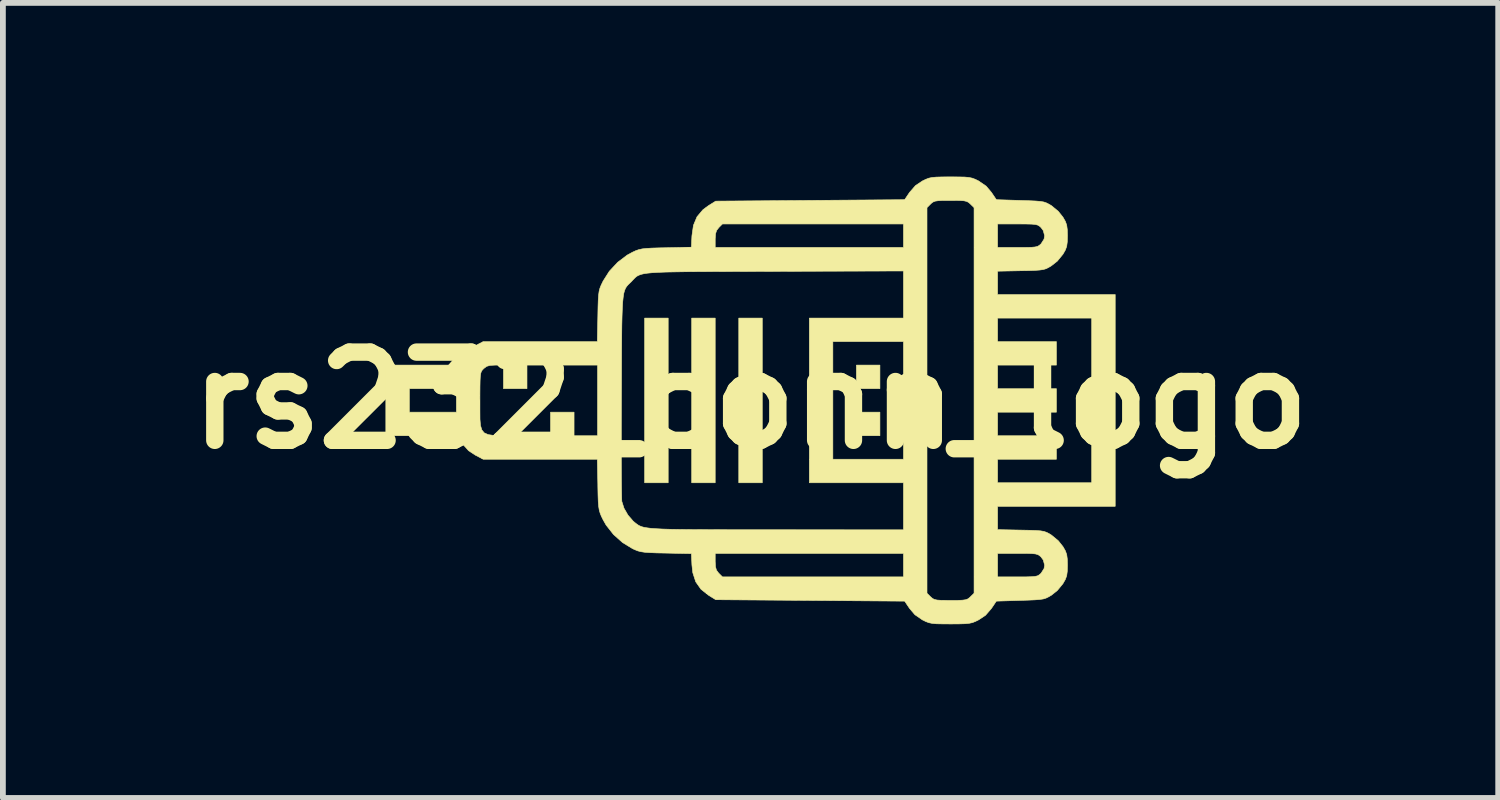
<source format=kicad_pcb>
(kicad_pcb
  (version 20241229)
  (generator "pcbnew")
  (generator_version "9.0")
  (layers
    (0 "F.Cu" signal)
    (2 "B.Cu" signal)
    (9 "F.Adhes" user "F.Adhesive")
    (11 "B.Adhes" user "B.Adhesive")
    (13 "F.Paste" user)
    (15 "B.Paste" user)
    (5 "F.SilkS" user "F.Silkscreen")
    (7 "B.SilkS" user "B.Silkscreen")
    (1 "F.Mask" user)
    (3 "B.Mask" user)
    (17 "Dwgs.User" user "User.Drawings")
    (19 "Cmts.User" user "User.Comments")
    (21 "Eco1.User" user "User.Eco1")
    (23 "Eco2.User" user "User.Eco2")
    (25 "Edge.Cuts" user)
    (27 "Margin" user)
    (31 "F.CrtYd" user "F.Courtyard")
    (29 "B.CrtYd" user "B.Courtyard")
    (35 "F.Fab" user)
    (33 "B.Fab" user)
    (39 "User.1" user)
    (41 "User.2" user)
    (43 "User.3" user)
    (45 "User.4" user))
  (footprint "rs232_conn_logo"
    (layer "F.Cu")
    (at 9.913 3.866)
    (property "Reference" "rs232_conn_logo" (at 0 0 0) (layer "F.SilkS") (effects (font (size 1.524 1.524) (thickness 0.3))))
    (attr through_hole)
    (fp_poly (pts (xy -1.422 1.422) (xy -1.829 1.422) (xy -1.829 -1.422) (xy -1.422 -1.422) (xy -1.422 1.422)) (stroke (width 0.01) (type solid)) (fill yes) (layer "F.SilkS"))
    (fp_poly (pts (xy -0.61 1.422) (xy -1.016 1.422) (xy -1.016 -1.422) (xy -0.61 -1.422) (xy -0.61 1.422)) (stroke (width 0.01) (type solid)) (fill yes) (layer "F.SilkS"))
    (fp_poly (pts (xy 0.203 1.422) (xy -0.203 1.422) (xy -0.203 -1.422) (xy 0.203 -1.422) (xy 0.203 1.422)) (stroke (width 0.01) (type solid)) (fill yes) (layer "F.SilkS"))
    (fp_poly (pts (xy 2.235 -0.203) (xy 1.829 -0.203) (xy 1.829 -0.61) (xy 2.235 -0.61) (xy 2.235 -0.203)) (stroke (width 0.01) (type solid)) (fill yes) (layer "F.SilkS"))
    (fp_poly (pts (xy 2.235 0.61) (xy 1.829 0.61) (xy 1.829 0.203) (xy 2.235 0.203) (xy 2.235 0.61)) (stroke (width 0.01) (type solid)) (fill yes) (layer "F.SilkS"))
    (fp_poly (pts (xy 3.596 -3.86) (xy 3.698 -3.858) (xy 3.772 -3.851) (xy 3.829 -3.839) (xy 3.88 -3.82) (xy 3.937 -3.792) (xy 3.94 -3.79) (xy 4.07 -3.701) (xy 4.161 -3.593) (xy 4.246 -3.467) (xy 4.659 -3.454) (xy 4.813 -3.449) (xy 4.926 -3.444) (xy 5.007 -3.437) (xy 5.066 -3.427) (xy 5.112 -3.411) (xy 5.155 -3.389) (xy 5.196 -3.365) (xy 5.315 -3.267) (xy 5.397 -3.164) (xy 5.438 -3.092) (xy 5.461 -3.028) (xy 5.471 -2.952) (xy 5.474 -2.845) (xy 5.474 -2.845) (xy 5.471 -2.738) (xy 5.461 -2.662) (xy 5.438 -2.598) (xy 5.397 -2.526) (xy 5.397 -2.526) (xy 5.299 -2.406) (xy 5.196 -2.325) (xy 5.147 -2.296) (xy 5.105 -2.275) (xy 5.057 -2.261) (xy 4.996 -2.252) (xy 4.911 -2.246) (xy 4.793 -2.242) (xy 4.669 -2.24) (xy 4.267 -2.232) (xy 4.267 -1.829) (xy 6.299 -1.829) (xy 6.299 1.829) (xy 4.267 1.829) (xy 4.267 2.232) (xy 4.669 2.24) (xy 4.821 2.243) (xy 4.932 2.247) (xy 5.011 2.253) (xy 5.068 2.263) (xy 5.114 2.279) (xy 5.157 2.301) (xy 5.196 2.325) (xy 5.315 2.423) (xy 5.397 2.526) (xy 5.438 2.598) (xy 5.461 2.662) (xy 5.471 2.737) (xy 5.474 2.844) (xy 5.474 2.845) (xy 5.471 2.952) (xy 5.461 3.027) (xy 5.438 3.091) (xy 5.397 3.163) (xy 5.397 3.164) (xy 5.299 3.283) (xy 5.196 3.365) (xy 5.148 3.393) (xy 5.105 3.414) (xy 5.057 3.429) (xy 4.995 3.438) (xy 4.909 3.445) (xy 4.79 3.45) (xy 4.659 3.454) (xy 4.246 3.467) (xy 4.161 3.593) (xy 4.059 3.711) (xy 3.94 3.79) (xy 3.883 3.818) (xy 3.832 3.838) (xy 3.775 3.85) (xy 3.703 3.857) (xy 3.602 3.86) (xy 3.463 3.861) (xy 3.454 3.861) (xy 3.313 3.86) (xy 3.211 3.858) (xy 3.137 3.851) (xy 3.08 3.839) (xy 3.029 3.82) (xy 2.972 3.792) (xy 2.968 3.79) (xy 2.839 3.701) (xy 2.747 3.593) (xy 2.662 3.467) (xy -0.601 3.442) (xy -0.725 3.365) (xy -0.856 3.261) (xy -0.946 3.133) (xy -0.997 2.976) (xy -1.012 2.843) (xy -1.021 2.646) (xy -1.234 2.642) (xy -0.61 2.642) (xy -0.61 2.782) (xy -0.605 2.873) (xy -0.588 2.933) (xy -0.551 2.982) (xy -0.547 2.986) (xy -0.485 3.048) (xy 2.642 3.048) (xy 2.642 2.642) (xy -0.61 2.642) (xy -1.234 2.642) (xy -1.457 2.637) (xy -1.617 2.634) (xy -1.737 2.629) (xy -1.825 2.623) (xy -1.892 2.613) (xy -1.947 2.599) (xy -1.999 2.578) (xy -2.038 2.56) (xy -2.209 2.456) (xy -2.366 2.316) (xy -2.495 2.152) (xy -2.547 2.06) (xy -2.577 1.999) (xy -2.598 1.946) (xy -2.613 1.893) (xy -2.623 1.83) (xy -2.63 1.746) (xy -2.634 1.633) (xy -2.637 1.48) (xy -2.637 1.455) (xy -2.646 1.016) (xy -4.617 1.016) (xy -4.753 0.945) (xy -4.869 0.869) (xy -4.961 0.766) (xy -4.97 0.752) (xy -2.232 0.752) (xy -2.232 0.995) (xy -2.231 1.212) (xy -2.23 1.398) (xy -2.228 1.549) (xy -2.226 1.661) (xy -2.224 1.728) (xy -2.223 1.744) (xy -2.186 1.861) (xy -2.117 1.981) (xy -2.027 2.085) (xy -1.998 2.11) (xy -1.971 2.131) (xy -1.945 2.15) (xy -1.917 2.166) (xy -1.883 2.18) (xy -1.84 2.192) (xy -1.786 2.201) (xy -1.716 2.21) (xy -1.627 2.216) (xy -1.516 2.222) (xy -1.38 2.226) (xy -1.216 2.229) (xy -1.019 2.231) (xy -0.788 2.232) (xy -0.518 2.233) (xy -0.206 2.234) (xy 0.151 2.234) (xy 0.451 2.234) (xy 2.642 2.235) (xy 2.642 1.422) (xy 1.016 1.422) (xy 1.016 -1.016) (xy 1.422 -1.016) (xy 1.422 1.016) (xy 2.642 1.016) (xy 2.642 -1.016) (xy 1.422 -1.016) (xy 1.016 -1.016) (xy 1.016 -1.422) (xy 2.642 -1.422) (xy 2.642 -2.236) (xy 0.413 -2.229) (xy 0.019 -2.228) (xy -0.328 -2.227) (xy -0.63 -2.226) (xy -0.891 -2.225) (xy -1.114 -2.223) (xy -1.303 -2.22) (xy -1.46 -2.217) (xy -1.59 -2.212) (xy -1.695 -2.206) (xy -1.778 -2.198) (xy -1.844 -2.188) (xy -1.894 -2.176) (xy -1.933 -2.161) (xy -1.963 -2.145) (xy -1.988 -2.125) (xy -2.011 -2.102) (xy -2.036 -2.076) (xy -2.055 -2.055) (xy -2.087 -2.024) (xy -2.115 -1.997) (xy -2.139 -1.969) (xy -2.159 -1.938) (xy -2.175 -1.899) (xy -2.189 -1.849) (xy -2.199 -1.784) (xy -2.208 -1.699) (xy -2.214 -1.593) (xy -2.219 -1.46) (xy -2.223 -1.296) (xy -2.225 -1.099) (xy -2.227 -0.864) (xy -2.228 -0.588) (xy -2.229 -0.267) (xy -2.23 -0.089) (xy -2.231 0.206) (xy -2.232 0.488) (xy -2.232 0.752) (xy -4.97 0.752) (xy -4.977 0.742) (xy -5.065 0.61) (xy -6.299 0.61) (xy -6.299 -0.203) (xy -5.893 -0.203) (xy -5.893 0.203) (xy -5.08 0.203) (xy -5.08 0.184) (xy -4.674 0.184) (xy -4.673 0.326) (xy -4.664 0.433) (xy -4.641 0.509) (xy -4.6 0.56) (xy -4.533 0.59) (xy -4.436 0.605) (xy -4.304 0.61) (xy -4.129 0.61) (xy -4.002 0.61) (xy -3.454 0.61) (xy -3.454 0.203) (xy -3.048 0.203) (xy -3.048 0.61) (xy -2.642 0.61) (xy -2.642 -0.61) (xy -3.861 -0.61) (xy -3.861 -0.203) (xy -4.267 -0.203) (xy -4.267 -0.61) (xy -4.408 -0.61) (xy -4.499 -0.605) (xy -4.559 -0.588) (xy -4.607 -0.551) (xy -4.611 -0.547) (xy -4.633 -0.524) (xy -4.649 -0.5) (xy -4.66 -0.466) (xy -4.667 -0.416) (xy -4.671 -0.342) (xy -4.673 -0.236) (xy -4.674 -0.09) (xy -4.674 -0.000001) (xy -4.674 0.184) (xy -5.08 0.184) (xy -5.08 -0.203) (xy -5.893 -0.203) (xy -6.299 -0.203) (xy -6.299 -0.61) (xy -5.065 -0.61) (xy -4.977 -0.742) (xy -4.887 -0.852) (xy -4.777 -0.932) (xy -4.753 -0.945) (xy -4.617 -1.016) (xy -2.646 -1.016) (xy -2.637 -1.455) (xy -2.634 -1.614) (xy -2.63 -1.732) (xy -2.624 -1.82) (xy -2.615 -1.885) (xy -2.601 -1.939) (xy -2.58 -1.991) (xy -2.551 -2.051) (xy -2.547 -2.06) (xy -2.439 -2.23) (xy -2.295 -2.385) (xy -2.13 -2.51) (xy -2.038 -2.56) (xy -1.982 -2.586) (xy -1.93 -2.604) (xy -1.872 -2.617) (xy -1.8 -2.625) (xy -1.703 -2.631) (xy -1.571 -2.635) (xy -1.457 -2.637) (xy -1.021 -2.646) (xy -1.015 -2.782) (xy -0.61 -2.782) (xy -0.61 -2.642) (xy 2.642 -2.642) (xy 2.642 -3.048) (xy -0.485 -3.048) (xy -0.547 -2.986) (xy -0.585 -2.937) (xy -0.604 -2.879) (xy -0.61 -2.791) (xy -0.61 -2.782) (xy -1.015 -2.782) (xy -1.012 -2.843) (xy -0.986 -3.024) (xy -0.924 -3.172) (xy -0.823 -3.292) (xy -0.773 -3.33) (xy 3.048 -3.33) (xy 3.048 3.33) (xy 3.11 3.392) (xy 3.141 3.419) (xy 3.174 3.437) (xy 3.222 3.448) (xy 3.294 3.453) (xy 3.402 3.454) (xy 3.454 3.454) (xy 3.579 3.454) (xy 3.663 3.45) (xy 3.719 3.442) (xy 3.756 3.427) (xy 3.786 3.404) (xy 3.798 3.392) (xy 3.861 3.33) (xy 3.861 2.642) (xy 4.267 2.642) (xy 4.267 3.048) (xy 4.611 3.048) (xy 4.75 3.048) (xy 4.848 3.045) (xy 4.913 3.04) (xy 4.957 3.03) (xy 4.987 3.013) (xy 5.014 2.989) (xy 5.018 2.986) (xy 5.07 2.904) (xy 5.08 2.845) (xy 5.056 2.756) (xy 5.018 2.704) (xy 4.99 2.679) (xy 4.961 2.662) (xy 4.919 2.651) (xy 4.856 2.645) (xy 4.763 2.642) (xy 4.63 2.642) (xy 4.611 2.642) (xy 4.267 2.642) (xy 3.861 2.642) (xy 3.861 -1.422) (xy 4.267 -1.422) (xy 4.267 -1.016) (xy 5.283 -1.016) (xy 5.283 -0.61) (xy 4.267 -0.61) (xy 4.267 -0.203) (xy 5.283 -0.203) (xy 5.283 0.203) (xy 4.267 0.203) (xy 4.267 0.61) (xy 5.283 0.61) (xy 5.283 1.016) (xy 4.267 1.016) (xy 4.267 1.422) (xy 5.893 1.422) (xy 5.893 -1.422) (xy 4.267 -1.422) (xy 3.861 -1.422) (xy 3.861 -3.048) (xy 4.267 -3.048) (xy 4.267 -2.642) (xy 4.611 -2.642) (xy 4.75 -2.642) (xy 4.848 -2.644) (xy 4.913 -2.65) (xy 4.957 -2.66) (xy 4.987 -2.677) (xy 5.014 -2.701) (xy 5.018 -2.704) (xy 5.07 -2.786) (xy 5.08 -2.845) (xy 5.056 -2.934) (xy 5.018 -2.986) (xy 4.99 -3.011) (xy 4.961 -3.028) (xy 4.919 -3.039) (xy 4.856 -3.045) (xy 4.763 -3.047) (xy 4.63 -3.048) (xy 4.611 -3.048) (xy 4.267 -3.048) (xy 3.861 -3.048) (xy 3.861 -3.33) (xy 3.798 -3.392) (xy 3.768 -3.419) (xy 3.734 -3.437) (xy 3.687 -3.448) (xy 3.615 -3.453) (xy 3.507 -3.454) (xy 3.454 -3.454) (xy 3.33 -3.454) (xy 3.246 -3.45) (xy 3.19 -3.442) (xy 3.153 -3.427) (xy 3.122 -3.404) (xy 3.11 -3.392) (xy 3.048 -3.33) (xy -0.773 -3.33) (xy -0.725 -3.365) (xy -0.601 -3.442) (xy 2.662 -3.467) (xy 2.747 -3.593) (xy 2.85 -3.711) (xy 2.968 -3.79) (xy 3.026 -3.818) (xy 3.077 -3.838) (xy 3.133 -3.85) (xy 3.206 -3.857) (xy 3.307 -3.86) (xy 3.446 -3.861) (xy 3.454 -3.861) (xy 3.596 -3.86)) (stroke (width 0.01) (type solid)) (fill yes) (layer "F.SilkS")))
  (gr_rect
    (start -3 -3)
    (end 22.827 10.732)
    (stroke (width 0.1) (type default))
    (fill no)
    (layer "Edge.Cuts")))
</source>
